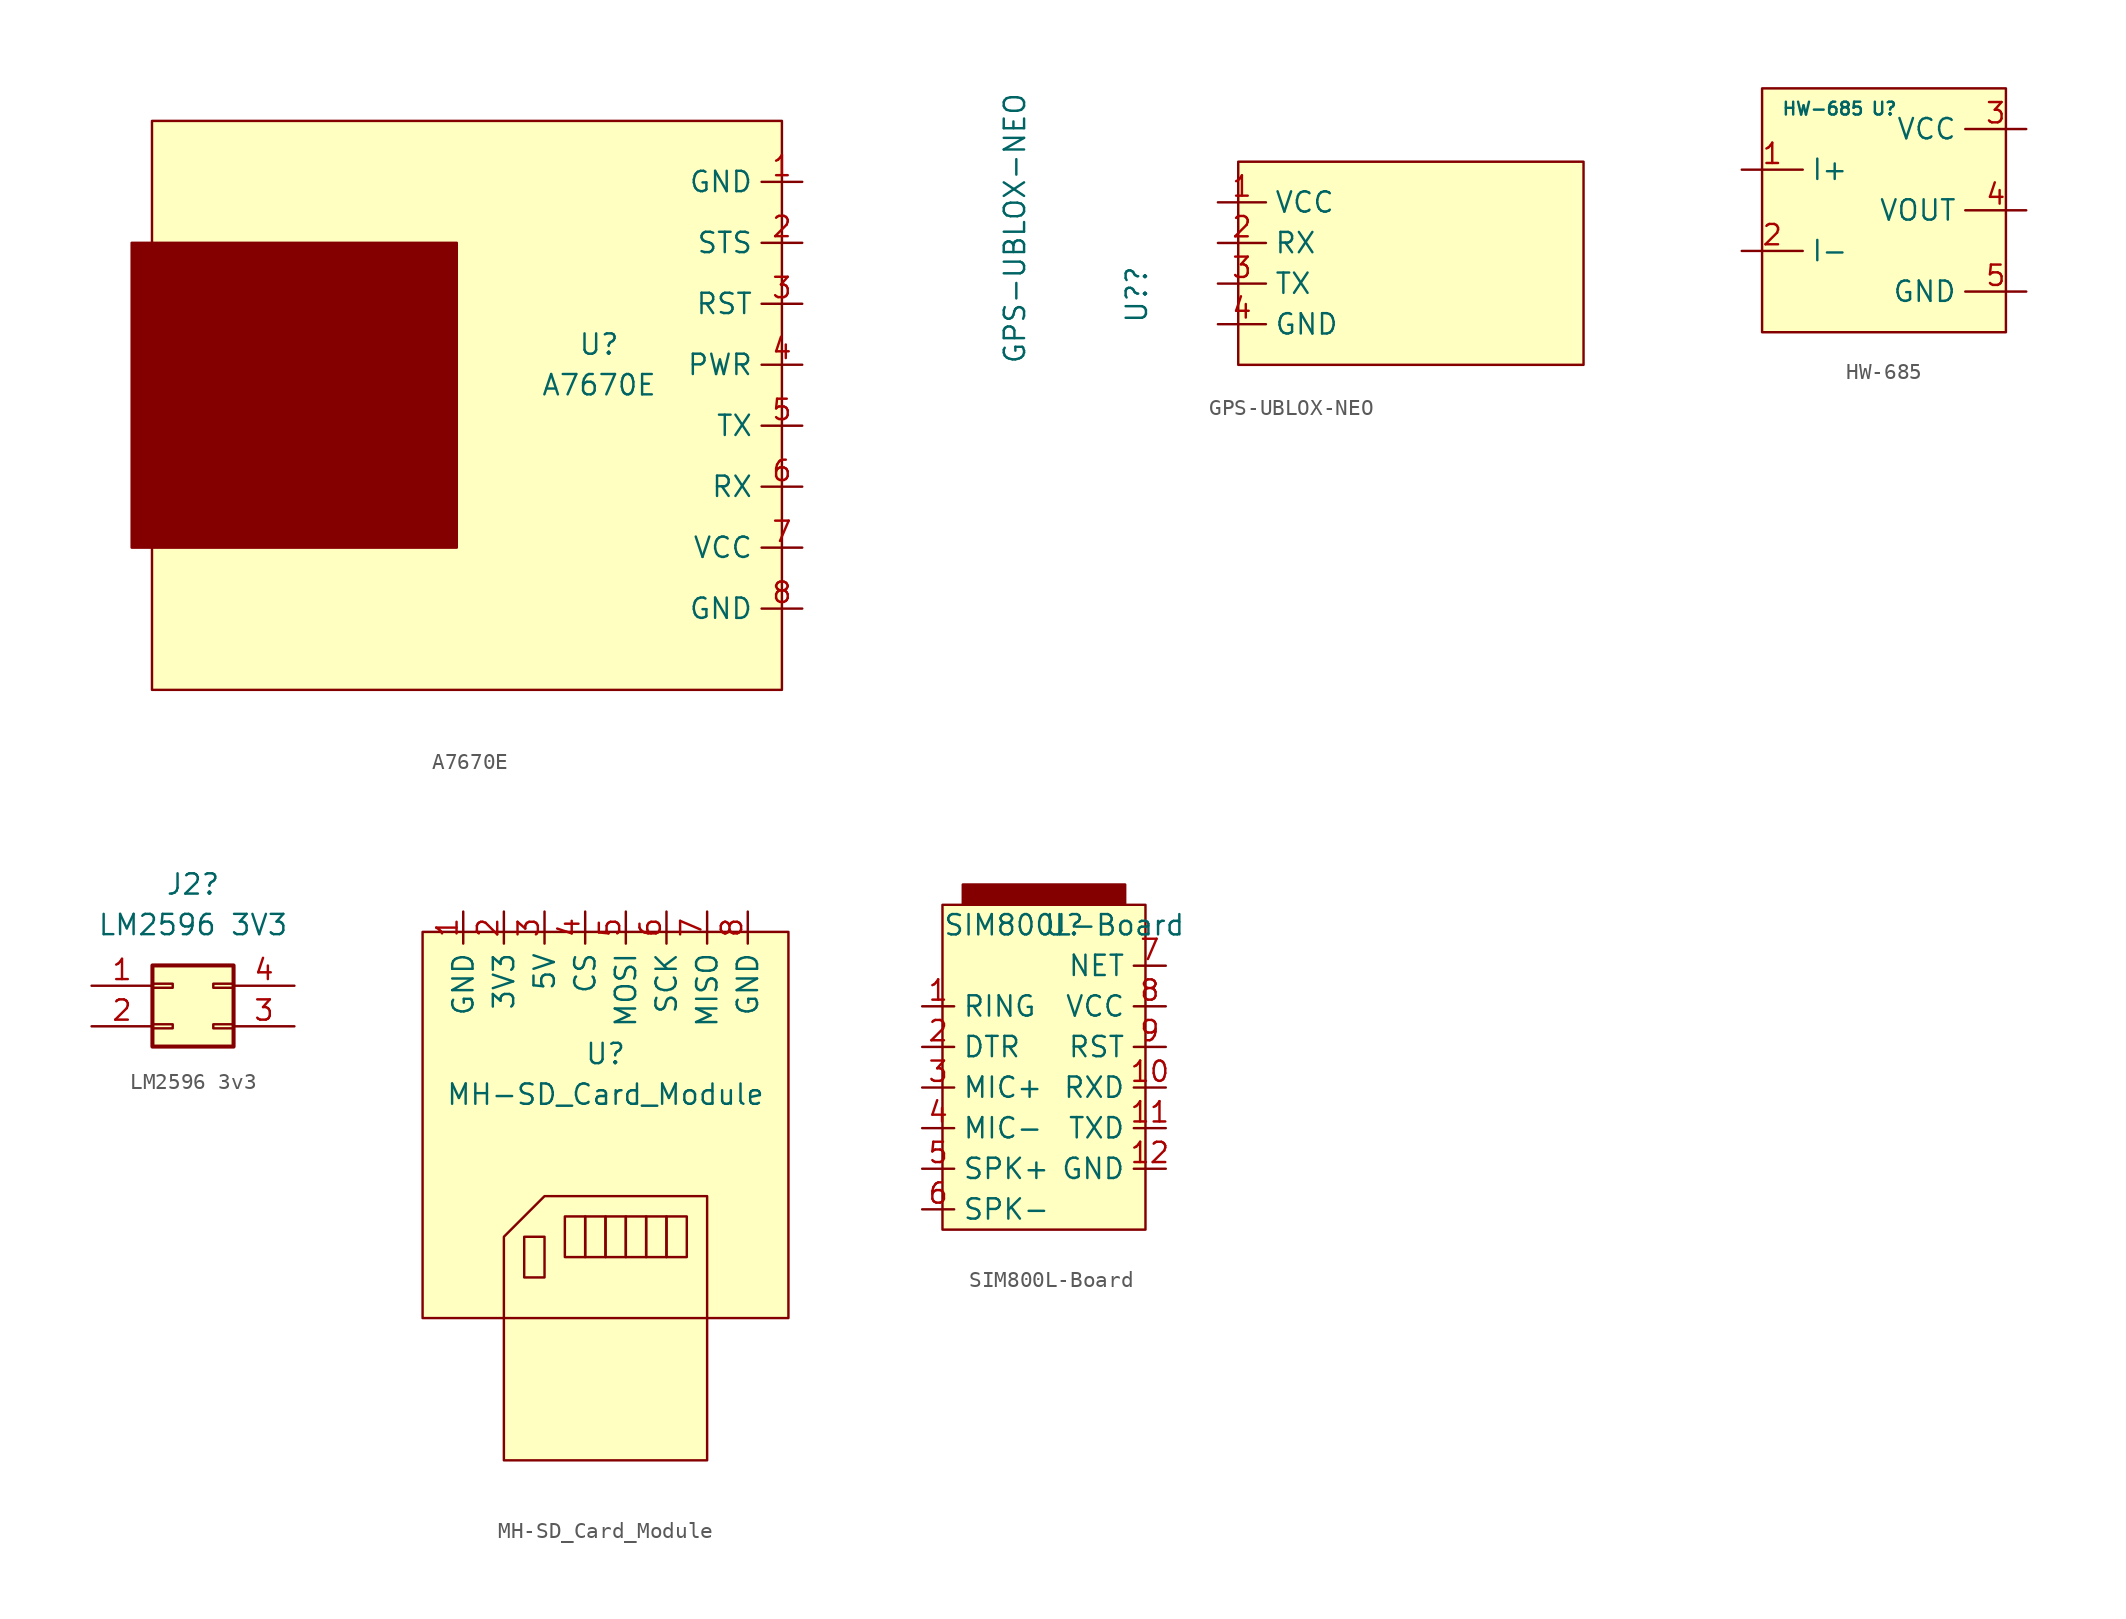
<source format=kicad_sym>
(kicad_symbol_lib
  (version 20211014)
  (generator kicad_symbol_editor)
  (symbol "A7670E"
    (property "Reference" "U"
      (at -3.81 -15.24 0)
      (effects (font (size 1.27 1.27))))
    (property "Value" "A7670E"
      (at -3.81 -17.78 0)
      (effects (font (size 1.27 1.27))))
    (symbol "A7670E_0_0"
      (pin power_in line (at 8.89 -5.08 180) (length 2.54) (name "GND" (effects (font (size 1.27 1.27)))) (number "1" (effects (font (size 1.27 1.27)))))
      (pin output line (at 8.89 -8.89 180) (length 2.54) (name "STS" (effects (font (size 1.27 1.27)))) (number "2" (effects (font (size 1.27 1.27)))))
      (pin input line (at 8.89 -12.7 180) (length 2.54) (name "RST" (effects (font (size 1.27 1.27)))) (number "3" (effects (font (size 1.27 1.27)))))
      (pin input line (at 8.89 -16.51 180) (length 2.54) (name "PWR" (effects (font (size 1.27 1.27)))) (number "4" (effects (font (size 1.27 1.27)))))
      (pin output line (at 8.89 -20.32 180) (length 2.54) (name "TX" (effects (font (size 1.27 1.27)))) (number "5" (effects (font (size 1.27 1.27)))))
      (pin input line (at 8.89 -24.13 180) (length 2.54) (name "RX" (effects (font (size 1.27 1.27)))) (number "6" (effects (font (size 1.27 1.27)))))
      (pin power_in line (at 8.89 -27.94 180) (length 2.54) (name "VCC" (effects (font (size 1.27 1.27)))) (number "7" (effects (font (size 1.27 1.27)))))
      (pin power_in line (at 8.89 -31.75 180) (length 2.54) (name "GND" (effects (font (size 1.27 1.27)))) (number "8" (effects (font (size 1.27 1.27))))))
    (symbol "A7670E_0_1"
      (rectangle (start -33.02 -8.89) (end -12.7 -27.94) (stroke (width 0) (type default) (color 0 0 0 0)) (fill (type outline)))
      (rectangle (start -31.75 -1.27) (end 7.62 -36.83) (stroke (width 0) (type default) (color 0 0 0 0)) (fill (type background)))))
  (symbol "GPS-UBLOX-NEO"
    (property "Reference" "U?"
      (at -6.35 -10.16 90)
      (effects (font (size 1.27 1.27)) (justify left)))
    (property "Value" "GPS-UBLOX-NEO"
      (at -13.97 -12.7 90)
      (effects (font (size 1.27 1.27)) (justify left)))
    (symbol "GPS-UBLOX-NEO_0_1"
      (rectangle (start 0 0) (end 21.59 -12.7) (stroke (width 0) (type default) (color 0 0 0 0)) (fill (type background))))
    (symbol "GPS-UBLOX-NEO_1_1"
      (pin power_in line (at -1.27 -2.54 0) (length 3) (name "VCC" (effects (font (size 1.27 1.27)))) (number "1" (effects (font (size 1.27 1.27)))))
      (pin input line (at -1.27 -5.08 0) (length 3) (name "RX" (effects (font (size 1.27 1.27)))) (number "2" (effects (font (size 1.27 1.27)))))
      (pin output line (at -1.27 -7.62 0) (length 3) (name "TX" (effects (font (size 1.27 1.27)))) (number "3" (effects (font (size 1.27 1.27)))))
      (pin power_in line (at -1.27 -10.16 0) (length 3) (name "GND" (effects (font (size 1.27 1.27)))) (number "4" (effects (font (size 1.27 1.27)))))))
  (symbol "HW-685"
    (property "Reference" "U"
      (at 0 6.35 0)
      (effects (font (size 0.8 0.8))))
    (property "Value" "HW-685"
      (at -3.81 6.35 0)
      (effects (font (size 0.8 0.8))))
    (symbol "HW-685_0_1"
      (rectangle (start -7.62 7.62) (end 7.62 -7.62) (stroke (width 0) (type default) (color 0 0 0 0)) (fill (type background))))
    (symbol "HW-685_1_1"
      (pin input line (at -8.89 2.54 0) (length 3.81) (name "I+" (effects (font (size 1.27 1.27)))) (number "1" (effects (font (size 1.27 1.27)))))
      (pin input line (at -8.89 -2.54 0) (length 3.81) (name "I-" (effects (font (size 1.27 1.27)))) (number "2" (effects (font (size 1.27 1.27)))))
      (pin power_in line (at 8.89 5.08 180) (length 3.81) (name "VCC" (effects (font (size 1.27 1.27)))) (number "3" (effects (font (size 1.27 1.27)))))
      (pin output line (at 8.89 0 180) (length 3.81) (name "VOUT" (effects (font (size 1.27 1.27)))) (number "4" (effects (font (size 1.27 1.27)))))
      (pin power_in line (at 8.89 -5.08 180) (length 3.81) (name "GND" (effects (font (size 1.27 1.27)))) (number "5" (effects (font (size 1.27 1.27)))))))
  (symbol "LM2596 3v3"
    (pin_names
      (offset 1.016) hide)
    (property "Reference" "J2"
      (at 1.27 6.35 0)
      (effects (font (size 1.27 1.27))))
    (property "Value" "LM2596 3V3"
      (at 1.27 3.81 0)
      (effects (font (size 1.27 1.27))))
    (symbol "LM2596 3v3_1_1"
      (rectangle (start -1.27 -2.413) (end 0 -2.667) (stroke (width 0.152) (type default) (color 0 0 0 0)) (fill (type none)))
      (rectangle (start -1.27 0.127) (end 0 -0.127) (stroke (width 0.152) (type default) (color 0 0 0 0)) (fill (type none)))
      (rectangle (start -1.27 1.27) (end 3.81 -3.81) (stroke (width 0.254) (type default) (color 0 0 0 0)) (fill (type background)))
      (rectangle (start 3.81 -2.413) (end 2.54 -2.667) (stroke (width 0.152) (type default) (color 0 0 0 0)) (fill (type none)))
      (rectangle (start 3.81 0.127) (end 2.54 -0.127) (stroke (width 0.152) (type default) (color 0 0 0 0)) (fill (type none)))
      (pin power_in line (at -5.08 0 0) (length 3.81) (name "VIN" (effects (font (size 1.27 1.27)))) (number "1" (effects (font (size 1.27 1.27)))))
      (pin power_in line (at -5.08 -2.54 0) (length 3.81) (name "GND" (effects (font (size 1.27 1.27)))) (number "2" (effects (font (size 1.27 1.27)))))
      (pin power_in line (at 7.62 -2.54 180) (length 3.81) (name "GND" (effects (font (size 1.27 1.27)))) (number "3" (effects (font (size 1.27 1.27)))))
      (pin power_out line (at 7.62 0 180) (length 3.81) (name "VOUT" (effects (font (size 1.27 1.27)))) (number "4" (effects (font (size 1.27 1.27)))))))
  (symbol "MH-SD_Card_Module"
    (property "Reference" "U"
      (at 0 -7.62 0)
      (effects (font (size 1.27 1.27))))
    (property "Value" "MH-SD_Card_Module"
      (at 0 -10.16 0)
      (effects (font (size 1.27 1.27))))
    (symbol "MH-SD_Card_Module_0_1"
      (rectangle (start -11.43 0) (end 11.43 -24.13) (stroke (width 0) (type default) (color 0 0 0 0)) (fill (type background)))
      (rectangle (start -5.08 -19.05) (end -3.81 -21.59) (stroke (width 0) (type default) (color 0 0 0 0)) (fill (type none)))
      (rectangle (start -2.54 -17.78) (end -1.27 -20.32) (stroke (width 0) (type default) (color 0 0 0 0)) (fill (type none)))
      (rectangle (start -1.27 -20.32) (end 0 -17.78) (stroke (width 0) (type default) (color 0 0 0 0)) (fill (type none)))
      (rectangle (start 0 -17.78) (end 1.27 -20.32) (stroke (width 0) (type default) (color 0 0 0 0)) (fill (type none)))
      (polyline (pts (xy 6.35 -16.51) (xy 6.35 -33.02) (xy -6.35 -33.02) (xy -6.35 -19.05) (xy -3.81 -16.51) (xy 6.35 -16.51)) (stroke (width 0) (type default) (color 0 0 0 0)) (fill (type background)))
      (rectangle (start 1.27 -20.32) (end 2.54 -17.78) (stroke (width 0) (type default) (color 0 0 0 0)) (fill (type none)))
      (rectangle (start 2.54 -17.78) (end 3.81 -20.32) (stroke (width 0) (type default) (color 0 0 0 0)) (fill (type none)))
      (rectangle (start 3.81 -20.32) (end 5.08 -17.78) (stroke (width 0) (type default) (color 0 0 0 0)) (fill (type none))))
    (symbol "MH-SD_Card_Module_1_1"
      (pin power_in line (at -8.89 1.27 270) (length 2) (name "GND" (effects (font (size 1.27 1.27)))) (number "1" (effects (font (size 1.27 1.27)))))
      (pin power_in line (at -6.35 1.27 270) (length 2) (name "3V3" (effects (font (size 1.27 1.27)))) (number "2" (effects (font (size 1.27 1.27)))))
      (pin power_in line (at -3.81 1.27 270) (length 2) (name "5V" (effects (font (size 1.27 1.27)))) (number "3" (effects (font (size 1.27 1.27)))))
      (pin bidirectional line (at -1.27 1.27 270) (length 2) (name "CS" (effects (font (size 1.27 1.27)))) (number "4" (effects (font (size 1.27 1.27)))))
      (pin bidirectional line (at 1.27 1.27 270) (length 2) (name "MOSI" (effects (font (size 1.27 1.27)))) (number "5" (effects (font (size 1.27 1.27)))))
      (pin bidirectional line (at 3.81 1.27 270) (length 2) (name "SCK" (effects (font (size 1.27 1.27)))) (number "6" (effects (font (size 1.27 1.27)))))
      (pin bidirectional line (at 6.35 1.27 270) (length 2) (name "MISO" (effects (font (size 1.27 1.27)))) (number "7" (effects (font (size 1.27 1.27)))))
      (pin power_in line (at 8.89 1.27 270) (length 2) (name "GND" (effects (font (size 1.27 1.27)))) (number "8" (effects (font (size 1.27 1.27)))))))
  (symbol "SIM800L-Board"
    (property "Reference" "U"
      (at 0 0 0)
      (effects (font (size 1.27 1.27))))
    (property "Value" "SIM800L-Board"
      (at 0 0 0)
      (effects (font (size 1.27 1.27))))
    (symbol "SIM800L-Board_0_1"
      (rectangle (start -7.62 1.27) (end 5.08 -19.05) (stroke (width 0) (type default) (color 0 0 0 0)) (fill (type background)))
      (rectangle (start -6.35 2.54) (end 3.81 1.27) (stroke (width 0) (type default) (color 0 0 0 0)) (fill (type outline))))
    (symbol "SIM800L-Board_1_1"
      (pin output line (at -8.89 -5.08 0) (length 2) (name "RING" (effects (font (size 1.27 1.27)))) (number "1" (effects (font (size 1.27 1.27)))))
      (pin input line (at 6.35 -10.16 180) (length 2) (name "RXD" (effects (font (size 1.27 1.27)))) (number "10" (effects (font (size 1.27 1.27)))))
      (pin output line (at 6.35 -12.7 180) (length 2) (name "TXD" (effects (font (size 1.27 1.27)))) (number "11" (effects (font (size 1.27 1.27)))))
      (pin power_in line (at 6.35 -15.24 180) (length 2) (name "GND" (effects (font (size 1.27 1.27)))) (number "12" (effects (font (size 1.27 1.27)))))
      (pin input line (at -8.89 -7.62 0) (length 2) (name "DTR" (effects (font (size 1.27 1.27)))) (number "2" (effects (font (size 1.27 1.27)))))
      (pin bidirectional line (at -8.89 -10.16 0) (length 2) (name "MIC+" (effects (font (size 1.27 1.27)))) (number "3" (effects (font (size 1.27 1.27)))))
      (pin bidirectional line (at -8.89 -12.7 0) (length 2) (name "MIC-" (effects (font (size 1.27 1.27)))) (number "4" (effects (font (size 1.27 1.27)))))
      (pin bidirectional line (at -8.89 -15.24 0) (length 2) (name "SPK+" (effects (font (size 1.27 1.27)))) (number "5" (effects (font (size 1.27 1.27)))))
      (pin bidirectional line (at -8.89 -17.78 0) (length 2) (name "SPK-" (effects (font (size 1.27 1.27)))) (number "6" (effects (font (size 1.27 1.27)))))
      (pin bidirectional line (at 6.35 -2.54 180) (length 2) (name "NET" (effects (font (size 1.27 1.27)))) (number "7" (effects (font (size 1.27 1.27)))))
      (pin power_in line (at 6.35 -5.08 180) (length 2) (name "VCC" (effects (font (size 1.27 1.27)))) (number "8" (effects (font (size 1.27 1.27)))))
      (pin input line (at 6.35 -7.62 180) (length 2) (name "RST" (effects (font (size 1.27 1.27)))) (number "9" (effects (font (size 1.27 1.27))))))))
</source>
